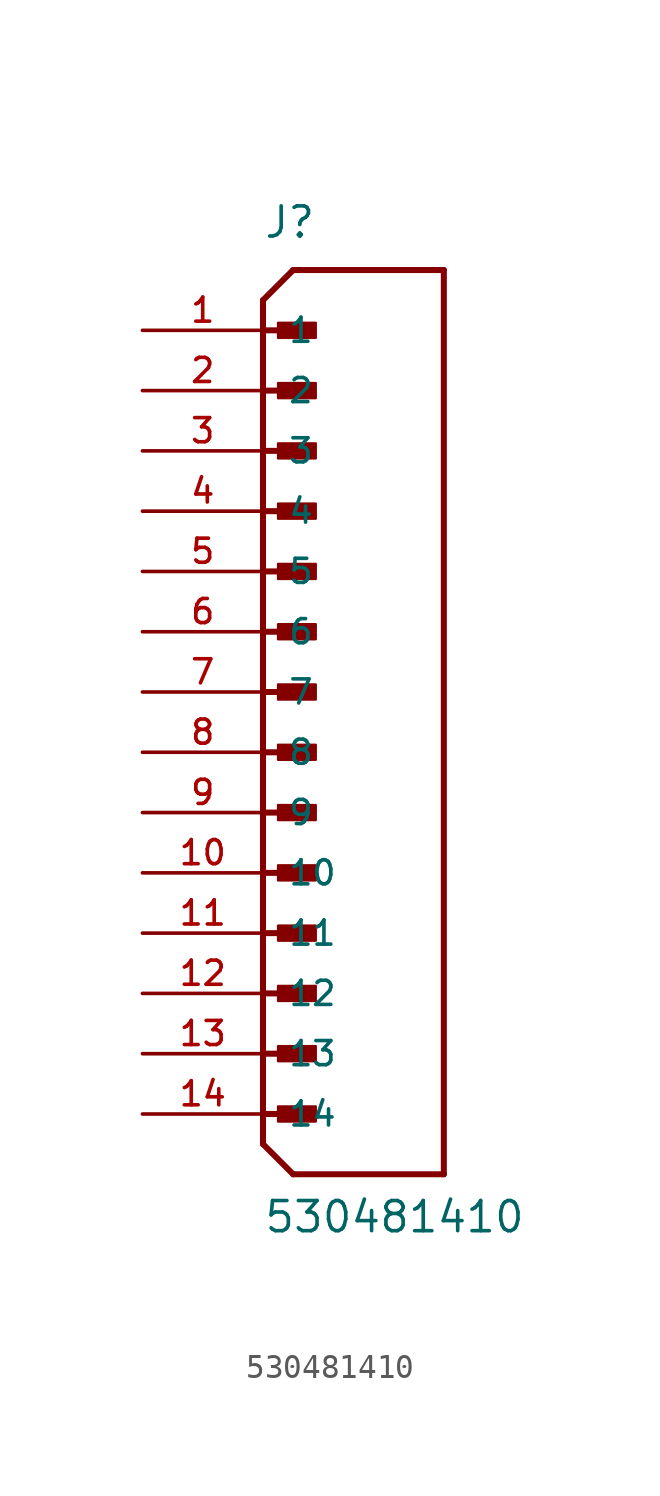
<source format=kicad_sym>
(kicad_symbol_lib
  (version 20211014)
  (generator kicad_symbol_editor)
  (symbol "530481410"
    (pin_names
      (offset 1.016))
    (property "Reference" "J"
      (at 0.0 19.05 0)
      (effects (font (size 1.27 1.27)) (justify bottom left)))
    (property "Value" "530481410"
      (at 0.0 -22.86 0)
      (effects (font (size 1.27 1.27)) (justify bottom left)))
    (symbol "530481410_0_0"
      (polyline (pts (xy 0.0 16.51) (xy 1.27 17.78)) (stroke (width 0.254)))
      (polyline (pts (xy 0.0 -19.05) (xy 1.27 -20.32)) (stroke (width 0.254)))
      (polyline (pts (xy 1.27 -20.32) (xy 7.62 -20.32)) (stroke (width 0.254)))
      (polyline (pts (xy 7.62 -20.32) (xy 7.62 17.78)) (stroke (width 0.254)))
      (polyline (pts (xy 7.62 17.78) (xy 1.27 17.78)) (stroke (width 0.254)))
      (polyline (pts (xy 0.0 15.24) (xy 1.905 15.24)) (stroke (width 0.254)))
      (rectangle (start 0.635 14.922) (end 2.223 15.557) (stroke (width 0.1)) (fill (type outline)))
      (polyline (pts (xy 0.0 12.7) (xy 1.905 12.7)) (stroke (width 0.254)))
      (rectangle (start 0.635 12.383) (end 2.223 13.018) (stroke (width 0.1)) (fill (type outline)))
      (polyline (pts (xy 0.0 16.51) (xy 0.0 -19.05)) (stroke (width 0.254)))
      (polyline (pts (xy 0.0 10.16) (xy 1.905 10.16)) (stroke (width 0.254)))
      (rectangle (start 0.635 9.842) (end 2.223 10.477) (stroke (width 0.1)) (fill (type outline)))
      (polyline (pts (xy 0.0 7.62) (xy 1.905 7.62)) (stroke (width 0.254)))
      (rectangle (start 0.635 7.303) (end 2.223 7.938) (stroke (width 0.1)) (fill (type outline)))
      (polyline (pts (xy 0.0 5.08) (xy 1.905 5.08)) (stroke (width 0.254)))
      (rectangle (start 0.635 4.763) (end 2.223 5.397) (stroke (width 0.1)) (fill (type outline)))
      (polyline (pts (xy 0.0 2.54) (xy 1.905 2.54)) (stroke (width 0.254)))
      (rectangle (start 0.635 2.223) (end 2.223 2.857) (stroke (width 0.1)) (fill (type outline)))
      (polyline (pts (xy 0.0 0.0) (xy 1.905 0.0)) (stroke (width 0.254)))
      (rectangle (start 0.635 -0.318) (end 2.223 0.318) (stroke (width 0.1)) (fill (type outline)))
      (polyline (pts (xy 0.0 -2.54) (xy 1.905 -2.54)) (stroke (width 0.254)))
      (rectangle (start 0.635 -2.857) (end 2.223 -2.223) (stroke (width 0.1)) (fill (type outline)))
      (polyline (pts (xy 0.0 -5.08) (xy 1.905 -5.08)) (stroke (width 0.254)))
      (rectangle (start 0.635 -5.397) (end 2.223 -4.763) (stroke (width 0.1)) (fill (type outline)))
      (polyline (pts (xy 0.0 -7.62) (xy 1.905 -7.62)) (stroke (width 0.254)))
      (rectangle (start 0.635 -7.938) (end 2.223 -7.303) (stroke (width 0.1)) (fill (type outline)))
      (polyline (pts (xy 0.0 -10.16) (xy 1.905 -10.16)) (stroke (width 0.254)))
      (rectangle (start 0.635 -10.477) (end 2.223 -9.842) (stroke (width 0.1)) (fill (type outline)))
      (polyline (pts (xy 0.0 -12.7) (xy 1.905 -12.7)) (stroke (width 0.254)))
      (rectangle (start 0.635 -13.018) (end 2.223 -12.383) (stroke (width 0.1)) (fill (type outline)))
      (polyline (pts (xy 0.0 -15.24) (xy 1.905 -15.24)) (stroke (width 0.254)))
      (rectangle (start 0.635 -15.557) (end 2.223 -14.922) (stroke (width 0.1)) (fill (type outline)))
      (polyline (pts (xy 0.0 -17.78) (xy 1.905 -17.78)) (stroke (width 0.254)))
      (rectangle (start 0.635 -18.098) (end 2.223 -17.462) (stroke (width 0.1)) (fill (type outline)))
      (pin passive line (at -5.08 15.24 0) (length 5.08) (name "1" (effects (font (size 1.016 1.016)))) (number "1" (effects (font (size 1.016 1.016)))))
      (pin passive line (at -5.08 12.7 0) (length 5.08) (name "2" (effects (font (size 1.016 1.016)))) (number "2" (effects (font (size 1.016 1.016)))))
      (pin passive line (at -5.08 10.16 0) (length 5.08) (name "3" (effects (font (size 1.016 1.016)))) (number "3" (effects (font (size 1.016 1.016)))))
      (pin passive line (at -5.08 7.62 0) (length 5.08) (name "4" (effects (font (size 1.016 1.016)))) (number "4" (effects (font (size 1.016 1.016)))))
      (pin passive line (at -5.08 5.08 0) (length 5.08) (name "5" (effects (font (size 1.016 1.016)))) (number "5" (effects (font (size 1.016 1.016)))))
      (pin passive line (at -5.08 2.54 0) (length 5.08) (name "6" (effects (font (size 1.016 1.016)))) (number "6" (effects (font (size 1.016 1.016)))))
      (pin passive line (at -5.08 0.0 0) (length 5.08) (name "7" (effects (font (size 1.016 1.016)))) (number "7" (effects (font (size 1.016 1.016)))))
      (pin passive line (at -5.08 -2.54 0) (length 5.08) (name "8" (effects (font (size 1.016 1.016)))) (number "8" (effects (font (size 1.016 1.016)))))
      (pin passive line (at -5.08 -5.08 0) (length 5.08) (name "9" (effects (font (size 1.016 1.016)))) (number "9" (effects (font (size 1.016 1.016)))))
      (pin passive line (at -5.08 -7.62 0) (length 5.08) (name "10" (effects (font (size 1.016 1.016)))) (number "10" (effects (font (size 1.016 1.016)))))
      (pin passive line (at -5.08 -10.16 0) (length 5.08) (name "11" (effects (font (size 1.016 1.016)))) (number "11" (effects (font (size 1.016 1.016)))))
      (pin passive line (at -5.08 -12.7 0) (length 5.08) (name "12" (effects (font (size 1.016 1.016)))) (number "12" (effects (font (size 1.016 1.016)))))
      (pin passive line (at -5.08 -15.24 0) (length 5.08) (name "13" (effects (font (size 1.016 1.016)))) (number "13" (effects (font (size 1.016 1.016)))))
      (pin passive line (at -5.08 -17.78 0) (length 5.08) (name "14" (effects (font (size 1.016 1.016)))) (number "14" (effects (font (size 1.016 1.016))))))))
</source>
